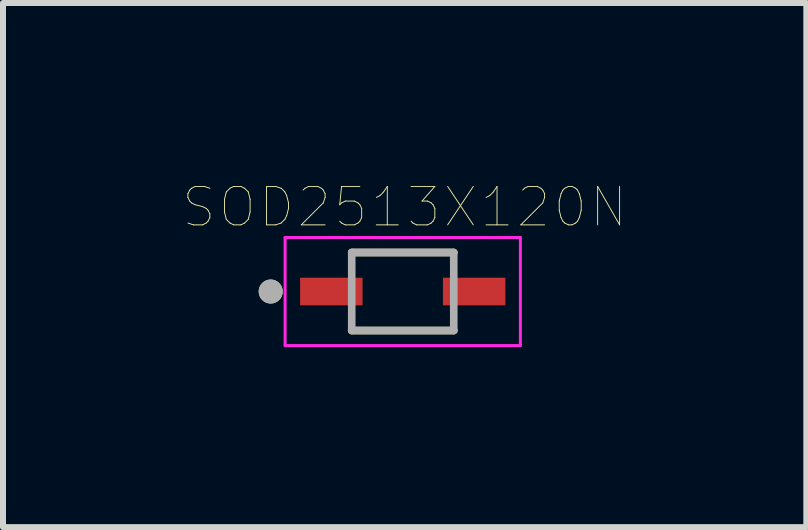
<source format=kicad_pcb>
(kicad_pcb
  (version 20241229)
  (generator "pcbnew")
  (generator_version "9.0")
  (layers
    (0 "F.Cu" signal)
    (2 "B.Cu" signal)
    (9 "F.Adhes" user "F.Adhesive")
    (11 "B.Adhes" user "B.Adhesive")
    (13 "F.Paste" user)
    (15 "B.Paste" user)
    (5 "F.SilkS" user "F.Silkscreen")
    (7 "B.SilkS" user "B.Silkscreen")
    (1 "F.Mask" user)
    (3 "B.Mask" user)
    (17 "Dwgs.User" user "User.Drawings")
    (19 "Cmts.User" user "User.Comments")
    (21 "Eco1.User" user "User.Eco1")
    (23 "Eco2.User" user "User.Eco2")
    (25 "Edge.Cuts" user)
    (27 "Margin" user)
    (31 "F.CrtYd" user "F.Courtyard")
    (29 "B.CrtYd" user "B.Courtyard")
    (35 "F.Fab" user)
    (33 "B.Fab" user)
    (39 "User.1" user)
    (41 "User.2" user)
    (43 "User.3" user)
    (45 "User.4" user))
  (footprint "SOD2513X120N"
    (layer "F.Cu")
    (at 3.66 1.807)
    (property "Reference" "SOD2513X120N" (at 0.032 -1.406 0) (layer "F.SilkS") (effects (font (size 0.64 0.64) (thickness 0.015))))
    (attr through_hole)
    (fp_line (start -0.85 0.65) (end 0.85 0.65) (stroke (width 0.127) (type solid)) (layer "F.SilkS"))
    (fp_line (start 0.85 -0.65) (end -0.85 -0.65) (stroke (width 0.127) (type solid)) (layer "F.SilkS"))
    (fp_circle (center -2.2 0) (end -2.1 0) (stroke (width 0.2) (type solid)) (fill no) (layer "F.SilkS"))
    (fp_line (start -1.96 -0.9) (end -1.96 0.9) (stroke (width 0.05) (type solid)) (layer "F.CrtYd"))
    (fp_line (start -1.96 0.9) (end 1.96 0.9) (stroke (width 0.05) (type solid)) (layer "F.CrtYd"))
    (fp_line (start 1.96 -0.9) (end -1.96 -0.9) (stroke (width 0.05) (type solid)) (layer "F.CrtYd"))
    (fp_line (start 1.96 0.9) (end 1.96 -0.9) (stroke (width 0.05) (type solid)) (layer "F.CrtYd"))
    (fp_line (start -0.85 -0.65) (end -0.85 0.65) (stroke (width 0.127) (type solid)) (layer "F.Fab"))
    (fp_line (start -0.85 0.65) (end 0.85 0.65) (stroke (width 0.127) (type solid)) (layer "F.Fab"))
    (fp_line (start 0.85 -0.65) (end -0.85 -0.65) (stroke (width 0.127) (type solid)) (layer "F.Fab"))
    (fp_line (start 0.85 0.65) (end 0.85 -0.65) (stroke (width 0.127) (type solid)) (layer "F.Fab"))
    (fp_circle (center -2.2 0) (end -2.1 0) (stroke (width 0.2) (type solid)) (fill no) (layer "F.Fab"))
    (pad "A" smd rect (at 1.19 0) (size 1.04 0.46) (layers "F.Cu" "F.Mask" "F.Paste"))
    (pad "C" smd rect (at -1.19 0) (size 1.04 0.46) (layers "F.Cu" "F.Mask" "F.Paste")))
  (gr_rect
    (start -3 -3)
    (end 10.384 5.732)
    (stroke (width 0.1) (type default))
    (fill no)
    (layer "Edge.Cuts")))
</source>
